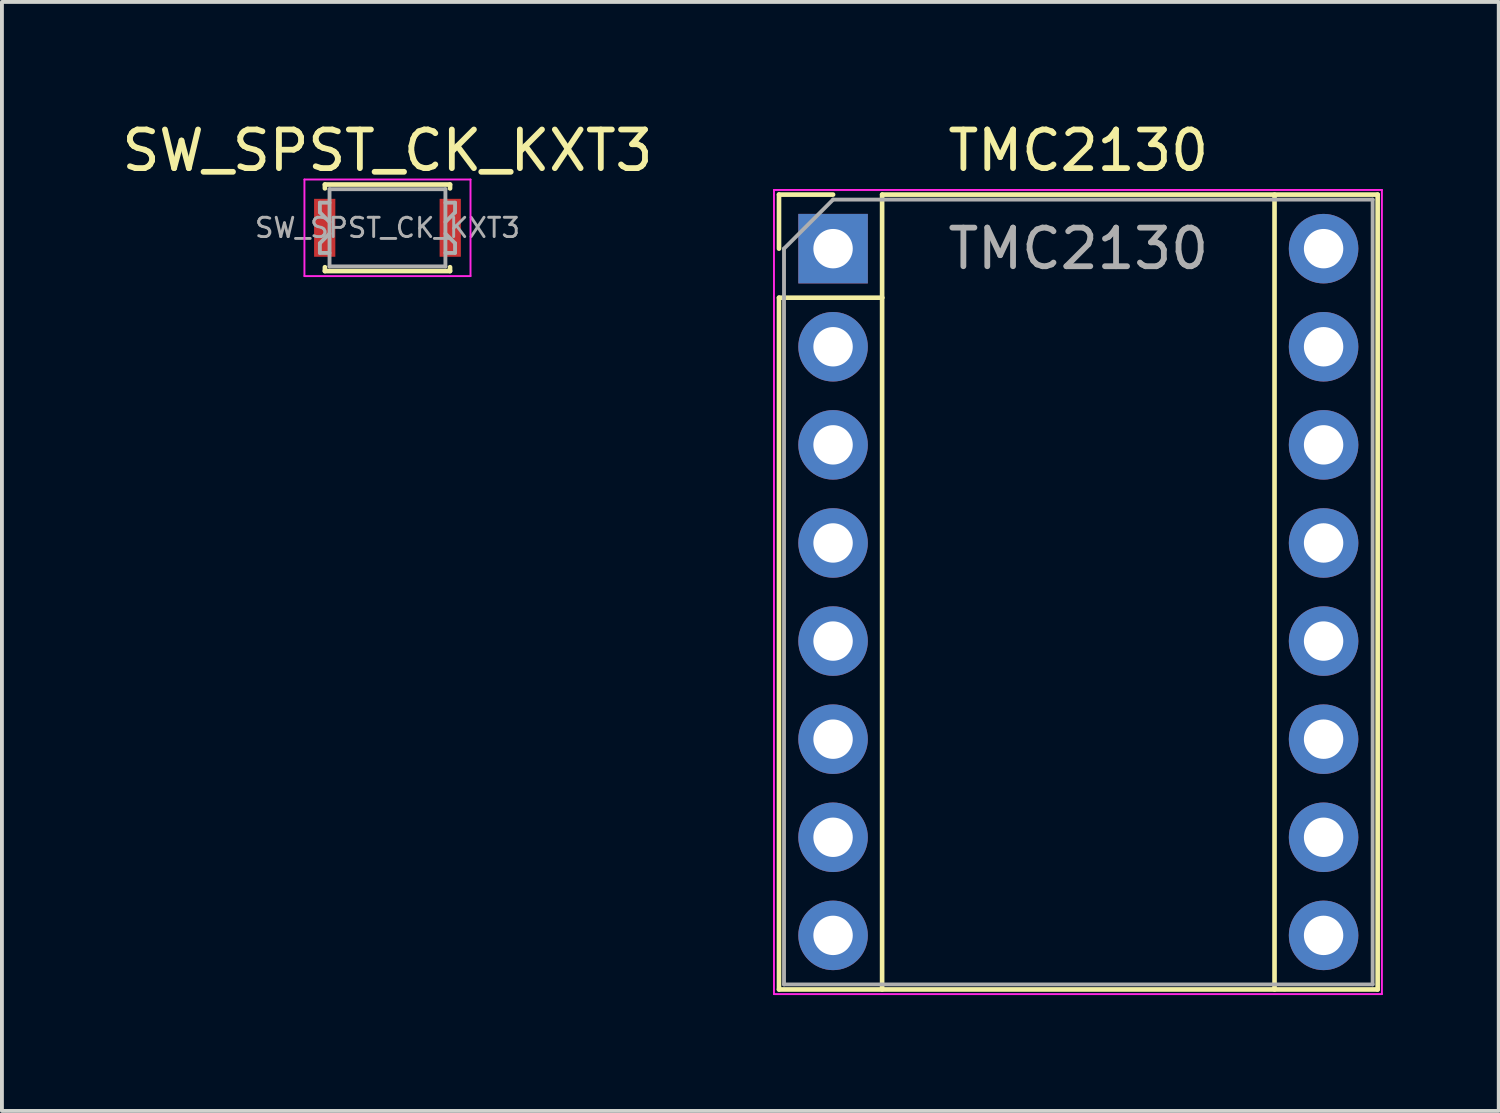
<source format=kicad_pcb>
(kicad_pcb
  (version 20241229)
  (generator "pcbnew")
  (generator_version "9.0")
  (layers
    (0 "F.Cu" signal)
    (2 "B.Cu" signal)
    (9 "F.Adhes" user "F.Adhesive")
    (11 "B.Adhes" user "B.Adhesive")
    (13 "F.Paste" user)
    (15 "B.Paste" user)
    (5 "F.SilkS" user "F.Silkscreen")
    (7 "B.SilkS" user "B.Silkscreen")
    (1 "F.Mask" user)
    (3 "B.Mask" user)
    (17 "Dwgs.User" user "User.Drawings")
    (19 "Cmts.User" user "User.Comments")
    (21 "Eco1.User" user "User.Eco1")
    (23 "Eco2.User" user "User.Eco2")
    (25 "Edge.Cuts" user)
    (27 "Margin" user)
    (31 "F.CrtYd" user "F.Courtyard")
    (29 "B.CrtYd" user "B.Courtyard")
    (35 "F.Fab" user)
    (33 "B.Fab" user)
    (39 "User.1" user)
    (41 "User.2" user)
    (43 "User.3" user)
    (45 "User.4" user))
  (footprint "SW_SPST_CK_KXT3"
    (layer "F.Cu")
    (at 6.982 2.848)
    (property "Reference" "SW_SPST_CK_KXT3" (at 0 -2 0) (layer "F.SilkS") (effects (font (size 1 1) (thickness 0.15))))
    (attr smd)
    (fp_line (start -1.62 -1.12) (end -1.62 -1.02) (stroke (width 0.12) (type solid)) (layer "F.SilkS"))
    (fp_line (start -1.62 -1.12) (end 1.62 -1.12) (stroke (width 0.12) (type solid)) (layer "F.SilkS"))
    (fp_line (start -1.62 1.02) (end -1.62 1.12) (stroke (width 0.12) (type solid)) (layer "F.SilkS"))
    (fp_line (start -1.62 1.12) (end 1.62 1.12) (stroke (width 0.12) (type solid)) (layer "F.SilkS"))
    (fp_line (start 1.62 -1.12) (end 1.62 -1.02) (stroke (width 0.12) (type solid)) (layer "F.SilkS"))
    (fp_line (start 1.62 1.02) (end 1.62 1.12) (stroke (width 0.12) (type solid)) (layer "F.SilkS"))
    (fp_line (start -2.15 -1.25) (end -2.15 1.25) (stroke (width 0.05) (type solid)) (layer "F.CrtYd"))
    (fp_line (start -2.15 -1.25) (end 2.15 -1.25) (stroke (width 0.05) (type solid)) (layer "F.CrtYd"))
    (fp_line (start -2.15 1.25) (end 2.15 1.25) (stroke (width 0.05) (type solid)) (layer "F.CrtYd"))
    (fp_line (start 2.15 -1.25) (end 2.15 1.25) (stroke (width 0.05) (type solid)) (layer "F.CrtYd"))
    (fp_line (start -1.75 -0.65) (end -1.75 -0.4) (stroke (width 0.1) (type solid)) (layer "F.Fab"))
    (fp_line (start -1.75 -0.4) (end -1.5 -0.15) (stroke (width 0.1) (type solid)) (layer "F.Fab"))
    (fp_line (start -1.75 0.4) (end -1.75 0.65) (stroke (width 0.1) (type solid)) (layer "F.Fab"))
    (fp_line (start -1.75 0.65) (end -1.5 0.65) (stroke (width 0.1) (type solid)) (layer "F.Fab"))
    (fp_line (start -1.5 -1) (end 1.5 -1) (stroke (width 0.1) (type solid)) (layer "F.Fab"))
    (fp_line (start -1.5 -0.65) (end -1.75 -0.65) (stroke (width 0.1) (type solid)) (layer "F.Fab"))
    (fp_line (start -1.5 0.15) (end -1.75 0.4) (stroke (width 0.1) (type solid)) (layer "F.Fab"))
    (fp_line (start -1.5 1) (end -1.5 -1) (stroke (width 0.1) (type solid)) (layer "F.Fab"))
    (fp_line (start 1.5 -1) (end 1.5 1) (stroke (width 0.1) (type solid)) (layer "F.Fab"))
    (fp_line (start 1.5 -0.65) (end 1.75 -0.65) (stroke (width 0.1) (type solid)) (layer "F.Fab"))
    (fp_line (start 1.5 0.15) (end 1.75 0.4) (stroke (width 0.1) (type solid)) (layer "F.Fab"))
    (fp_line (start 1.5 1) (end -1.5 1) (stroke (width 0.1) (type solid)) (layer "F.Fab"))
    (fp_line (start 1.75 -0.65) (end 1.75 -0.4) (stroke (width 0.1) (type solid)) (layer "F.Fab"))
    (fp_line (start 1.75 -0.4) (end 1.5 -0.15) (stroke (width 0.1) (type solid)) (layer "F.Fab"))
    (fp_line (start 1.75 0.4) (end 1.75 0.65) (stroke (width 0.1) (type solid)) (layer "F.Fab"))
    (fp_line (start 1.75 0.65) (end 1.5 0.65) (stroke (width 0.1) (type solid)) (layer "F.Fab"))
    (fp_text user "${REFERENCE}" (at 0 0 0) (layer "F.Fab") (effects (font (size 0.5 0.5) (thickness 0.075))))
    (pad "1" smd rect (at -1.625 0) (size 0.55 1.5) (layers "F.Cu" "F.Mask" "F.Paste"))
    (pad "2" smd rect (at 1.625 0) (size 0.55 1.5) (layers "F.Cu" "F.Mask" "F.Paste")))
  (footprint "TMC2130"
    (layer "F.Cu")
    (at 18.519 3.388)
    (property "Reference" "TMC2130" (at 6.35 -2.54 0) (layer "F.SilkS") (effects (font (size 1 1) (thickness 0.15))))
    (attr through_hole)
    (fp_line (start -1.4 -1.4) (end -1.4 0) (stroke (width 0.12) (type solid)) (layer "F.SilkS"))
    (fp_line (start -1.4 1.27) (end -1.4 19.18) (stroke (width 0.12) (type solid)) (layer "F.SilkS"))
    (fp_line (start -1.4 19.18) (end 14.1 19.18) (stroke (width 0.12) (type solid)) (layer "F.SilkS"))
    (fp_line (start 0 -1.4) (end -1.4 -1.4) (stroke (width 0.12) (type solid)) (layer "F.SilkS"))
    (fp_line (start 1.27 -1.4) (end 1.27 1.27) (stroke (width 0.12) (type solid)) (layer "F.SilkS"))
    (fp_line (start 1.27 1.27) (end -1.4 1.27) (stroke (width 0.12) (type solid)) (layer "F.SilkS"))
    (fp_line (start 1.27 1.27) (end 1.27 19.18) (stroke (width 0.12) (type solid)) (layer "F.SilkS"))
    (fp_line (start 11.43 -1.4) (end 11.43 19.18) (stroke (width 0.12) (type solid)) (layer "F.SilkS"))
    (fp_line (start 14.1 -1.4) (end 1.27 -1.4) (stroke (width 0.12) (type solid)) (layer "F.SilkS"))
    (fp_line (start 14.1 19.18) (end 14.1 -1.4) (stroke (width 0.12) (type solid)) (layer "F.SilkS"))
    (fp_line (start -1.53 -1.52) (end -1.53 19.3) (stroke (width 0.05) (type solid)) (layer "F.CrtYd"))
    (fp_line (start -1.53 -1.52) (end 14.21 -1.52) (stroke (width 0.05) (type solid)) (layer "F.CrtYd"))
    (fp_line (start 14.21 19.3) (end -1.53 19.3) (stroke (width 0.05) (type solid)) (layer "F.CrtYd"))
    (fp_line (start 14.21 19.3) (end 14.21 -1.52) (stroke (width 0.05) (type solid)) (layer "F.CrtYd"))
    (fp_line (start -1.27 0) (end 0 -1.27) (stroke (width 0.1) (type solid)) (layer "F.Fab"))
    (fp_line (start -1.27 19.05) (end -1.27 0) (stroke (width 0.1) (type solid)) (layer "F.Fab"))
    (fp_line (start 0 -1.27) (end 13.97 -1.27) (stroke (width 0.1) (type solid)) (layer "F.Fab"))
    (fp_line (start 13.97 -1.27) (end 13.97 19.05) (stroke (width 0.1) (type solid)) (layer "F.Fab"))
    (fp_line (start 13.97 19.05) (end -1.27 19.05) (stroke (width 0.1) (type solid)) (layer "F.Fab"))
    (fp_text user "${REFERENCE}" (at 6.35 0 0) (layer "F.Fab") (effects (font (size 1 1) (thickness 0.15))))
    (pad "1" thru_hole oval (at 12.7 17.78) (size 1.8 1.8) (drill 1.02) (layers "*.Cu" "*.Mask"))
    (pad "2" thru_hole oval (at 12.7 15.24) (size 1.8 1.8) (drill 1.02) (layers "*.Cu" "*.Mask"))
    (pad "3" thru_hole oval (at 12.7 12.7) (size 1.8 1.8) (drill 1.02) (layers "*.Cu" "*.Mask"))
    (pad "4" thru_hole oval (at 12.7 10.16) (size 1.8 1.8) (drill 1.02) (layers "*.Cu" "*.Mask"))
    (pad "5" thru_hole oval (at 12.7 7.62) (size 1.8 1.8) (drill 1.02) (layers "*.Cu" "*.Mask"))
    (pad "6" thru_hole oval (at 12.7 5.08) (size 1.8 1.8) (drill 1.02) (layers "*.Cu" "*.Mask"))
    (pad "7" thru_hole oval (at 12.7 2.54) (size 1.8 1.8) (drill 1.02) (layers "*.Cu" "*.Mask"))
    (pad "8" thru_hole oval (at 12.7 0) (size 1.8 1.8) (drill 1.02) (layers "*.Cu" "*.Mask"))
    (pad "9" thru_hole rect (at 0 0) (size 1.8 1.8) (drill 1.02) (layers "*.Cu" "*.Mask"))
    (pad "10" thru_hole oval (at 0 2.54) (size 1.8 1.8) (drill 1.02) (layers "*.Cu" "*.Mask"))
    (pad "11" thru_hole oval (at 0 5.08) (size 1.8 1.8) (drill 1.02) (layers "*.Cu" "*.Mask"))
    (pad "12" thru_hole oval (at 0 7.62) (size 1.8 1.8) (drill 1.02) (layers "*.Cu" "*.Mask"))
    (pad "13" thru_hole oval (at 0 10.16) (size 1.8 1.8) (drill 1.02) (layers "*.Cu" "*.Mask"))
    (pad "14" thru_hole oval (at 0 12.7) (size 1.8 1.8) (drill 1.02) (layers "*.Cu" "*.Mask"))
    (pad "15" thru_hole oval (at 0 15.24) (size 1.8 1.8) (drill 1.02) (layers "*.Cu" "*.Mask"))
    (pad "16" thru_hole oval (at 0 17.78) (size 1.8 1.8) (drill 1.02) (layers "*.Cu" "*.Mask")))
  (gr_rect
    (start -3 -3)
    (end 35.754 25.713)
    (stroke (width 0.1) (type default))
    (fill no)
    (layer "Edge.Cuts")))
</source>
